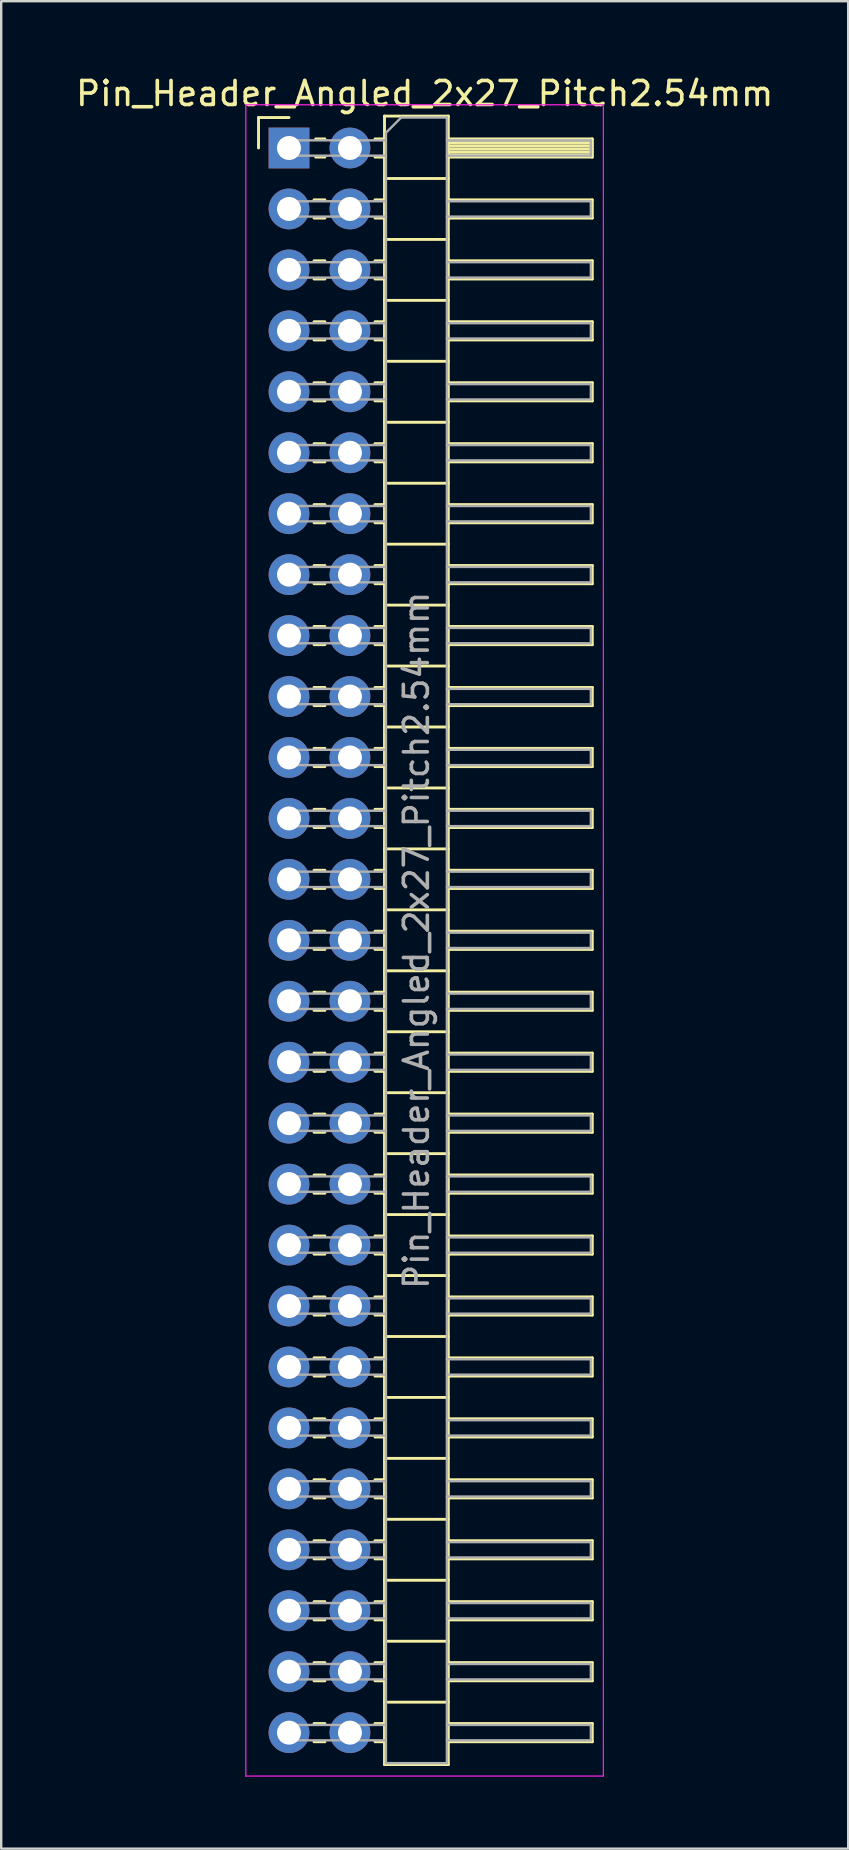
<source format=kicad_pcb>
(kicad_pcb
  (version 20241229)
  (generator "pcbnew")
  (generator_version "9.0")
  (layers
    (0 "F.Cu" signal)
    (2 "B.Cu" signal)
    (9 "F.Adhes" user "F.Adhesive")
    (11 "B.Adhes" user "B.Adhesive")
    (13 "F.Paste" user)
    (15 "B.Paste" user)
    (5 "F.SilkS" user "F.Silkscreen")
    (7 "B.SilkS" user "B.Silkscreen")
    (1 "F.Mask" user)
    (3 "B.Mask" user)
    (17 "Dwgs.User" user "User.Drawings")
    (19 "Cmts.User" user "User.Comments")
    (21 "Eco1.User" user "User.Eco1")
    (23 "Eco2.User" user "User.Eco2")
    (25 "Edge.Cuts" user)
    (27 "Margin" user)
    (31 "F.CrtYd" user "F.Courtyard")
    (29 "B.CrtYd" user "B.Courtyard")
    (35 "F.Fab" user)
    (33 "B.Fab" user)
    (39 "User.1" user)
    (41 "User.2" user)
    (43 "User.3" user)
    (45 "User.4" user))
  (footprint "Pin_Header_Angled_2x27_Pitch2.54mm"
    (layer "F.Cu")
    (at 8.994 3.118)
    (property "Reference" "Pin_Header_Angled_2x27_Pitch2.54mm" (at 5.655 -2.27 0) (layer "F.SilkS") (effects (font (size 1 1) (thickness 0.15))))
    (attr through_hole)
    (fp_line (start -1.27 -1.27) (end 0 -1.27) (stroke (width 0.12) (type solid)) (layer "F.SilkS"))
    (fp_line (start -1.27 0) (end -1.27 -1.27) (stroke (width 0.12) (type solid)) (layer "F.SilkS"))
    (fp_line (start 1.043 2.16) (end 1.497 2.16) (stroke (width 0.12) (type solid)) (layer "F.SilkS"))
    (fp_line (start 1.043 2.92) (end 1.497 2.92) (stroke (width 0.12) (type solid)) (layer "F.SilkS"))
    (fp_line (start 1.043 4.7) (end 1.497 4.7) (stroke (width 0.12) (type solid)) (layer "F.SilkS"))
    (fp_line (start 1.043 5.46) (end 1.497 5.46) (stroke (width 0.12) (type solid)) (layer "F.SilkS"))
    (fp_line (start 1.043 7.24) (end 1.497 7.24) (stroke (width 0.12) (type solid)) (layer "F.SilkS"))
    (fp_line (start 1.043 8) (end 1.497 8) (stroke (width 0.12) (type solid)) (layer "F.SilkS"))
    (fp_line (start 1.043 9.78) (end 1.497 9.78) (stroke (width 0.12) (type solid)) (layer "F.SilkS"))
    (fp_line (start 1.043 10.54) (end 1.497 10.54) (stroke (width 0.12) (type solid)) (layer "F.SilkS"))
    (fp_line (start 1.043 12.32) (end 1.497 12.32) (stroke (width 0.12) (type solid)) (layer "F.SilkS"))
    (fp_line (start 1.043 13.08) (end 1.497 13.08) (stroke (width 0.12) (type solid)) (layer "F.SilkS"))
    (fp_line (start 1.043 14.86) (end 1.497 14.86) (stroke (width 0.12) (type solid)) (layer "F.SilkS"))
    (fp_line (start 1.043 15.62) (end 1.497 15.62) (stroke (width 0.12) (type solid)) (layer "F.SilkS"))
    (fp_line (start 1.043 17.4) (end 1.497 17.4) (stroke (width 0.12) (type solid)) (layer "F.SilkS"))
    (fp_line (start 1.043 18.16) (end 1.497 18.16) (stroke (width 0.12) (type solid)) (layer "F.SilkS"))
    (fp_line (start 1.043 19.94) (end 1.497 19.94) (stroke (width 0.12) (type solid)) (layer "F.SilkS"))
    (fp_line (start 1.043 20.7) (end 1.497 20.7) (stroke (width 0.12) (type solid)) (layer "F.SilkS"))
    (fp_line (start 1.043 22.48) (end 1.497 22.48) (stroke (width 0.12) (type solid)) (layer "F.SilkS"))
    (fp_line (start 1.043 23.24) (end 1.497 23.24) (stroke (width 0.12) (type solid)) (layer "F.SilkS"))
    (fp_line (start 1.043 25.02) (end 1.497 25.02) (stroke (width 0.12) (type solid)) (layer "F.SilkS"))
    (fp_line (start 1.043 25.78) (end 1.497 25.78) (stroke (width 0.12) (type solid)) (layer "F.SilkS"))
    (fp_line (start 1.043 27.56) (end 1.497 27.56) (stroke (width 0.12) (type solid)) (layer "F.SilkS"))
    (fp_line (start 1.043 28.32) (end 1.497 28.32) (stroke (width 0.12) (type solid)) (layer "F.SilkS"))
    (fp_line (start 1.043 30.1) (end 1.497 30.1) (stroke (width 0.12) (type solid)) (layer "F.SilkS"))
    (fp_line (start 1.043 30.86) (end 1.497 30.86) (stroke (width 0.12) (type solid)) (layer "F.SilkS"))
    (fp_line (start 1.043 32.64) (end 1.497 32.64) (stroke (width 0.12) (type solid)) (layer "F.SilkS"))
    (fp_line (start 1.043 33.4) (end 1.497 33.4) (stroke (width 0.12) (type solid)) (layer "F.SilkS"))
    (fp_line (start 1.043 35.18) (end 1.497 35.18) (stroke (width 0.12) (type solid)) (layer "F.SilkS"))
    (fp_line (start 1.043 35.94) (end 1.497 35.94) (stroke (width 0.12) (type solid)) (layer "F.SilkS"))
    (fp_line (start 1.043 37.72) (end 1.497 37.72) (stroke (width 0.12) (type solid)) (layer "F.SilkS"))
    (fp_line (start 1.043 38.48) (end 1.497 38.48) (stroke (width 0.12) (type solid)) (layer "F.SilkS"))
    (fp_line (start 1.043 40.26) (end 1.497 40.26) (stroke (width 0.12) (type solid)) (layer "F.SilkS"))
    (fp_line (start 1.043 41.02) (end 1.497 41.02) (stroke (width 0.12) (type solid)) (layer "F.SilkS"))
    (fp_line (start 1.043 42.8) (end 1.497 42.8) (stroke (width 0.12) (type solid)) (layer "F.SilkS"))
    (fp_line (start 1.043 43.56) (end 1.497 43.56) (stroke (width 0.12) (type solid)) (layer "F.SilkS"))
    (fp_line (start 1.043 45.34) (end 1.497 45.34) (stroke (width 0.12) (type solid)) (layer "F.SilkS"))
    (fp_line (start 1.043 46.1) (end 1.497 46.1) (stroke (width 0.12) (type solid)) (layer "F.SilkS"))
    (fp_line (start 1.043 47.88) (end 1.497 47.88) (stroke (width 0.12) (type solid)) (layer "F.SilkS"))
    (fp_line (start 1.043 48.64) (end 1.497 48.64) (stroke (width 0.12) (type solid)) (layer "F.SilkS"))
    (fp_line (start 1.043 50.42) (end 1.497 50.42) (stroke (width 0.12) (type solid)) (layer "F.SilkS"))
    (fp_line (start 1.043 51.18) (end 1.497 51.18) (stroke (width 0.12) (type solid)) (layer "F.SilkS"))
    (fp_line (start 1.043 52.96) (end 1.497 52.96) (stroke (width 0.12) (type solid)) (layer "F.SilkS"))
    (fp_line (start 1.043 53.72) (end 1.497 53.72) (stroke (width 0.12) (type solid)) (layer "F.SilkS"))
    (fp_line (start 1.043 55.5) (end 1.497 55.5) (stroke (width 0.12) (type solid)) (layer "F.SilkS"))
    (fp_line (start 1.043 56.26) (end 1.497 56.26) (stroke (width 0.12) (type solid)) (layer "F.SilkS"))
    (fp_line (start 1.043 58.04) (end 1.497 58.04) (stroke (width 0.12) (type solid)) (layer "F.SilkS"))
    (fp_line (start 1.043 58.8) (end 1.497 58.8) (stroke (width 0.12) (type solid)) (layer "F.SilkS"))
    (fp_line (start 1.043 60.58) (end 1.497 60.58) (stroke (width 0.12) (type solid)) (layer "F.SilkS"))
    (fp_line (start 1.043 61.34) (end 1.497 61.34) (stroke (width 0.12) (type solid)) (layer "F.SilkS"))
    (fp_line (start 1.043 63.12) (end 1.497 63.12) (stroke (width 0.12) (type solid)) (layer "F.SilkS"))
    (fp_line (start 1.043 63.88) (end 1.497 63.88) (stroke (width 0.12) (type solid)) (layer "F.SilkS"))
    (fp_line (start 1.043 65.66) (end 1.497 65.66) (stroke (width 0.12) (type solid)) (layer "F.SilkS"))
    (fp_line (start 1.043 66.42) (end 1.497 66.42) (stroke (width 0.12) (type solid)) (layer "F.SilkS"))
    (fp_line (start 1.11 -0.38) (end 1.497 -0.38) (stroke (width 0.12) (type solid)) (layer "F.SilkS"))
    (fp_line (start 1.11 0.38) (end 1.497 0.38) (stroke (width 0.12) (type solid)) (layer "F.SilkS"))
    (fp_line (start 3.583 -0.38) (end 3.98 -0.38) (stroke (width 0.12) (type solid)) (layer "F.SilkS"))
    (fp_line (start 3.583 0.38) (end 3.98 0.38) (stroke (width 0.12) (type solid)) (layer "F.SilkS"))
    (fp_line (start 3.583 2.16) (end 3.98 2.16) (stroke (width 0.12) (type solid)) (layer "F.SilkS"))
    (fp_line (start 3.583 2.92) (end 3.98 2.92) (stroke (width 0.12) (type solid)) (layer "F.SilkS"))
    (fp_line (start 3.583 4.7) (end 3.98 4.7) (stroke (width 0.12) (type solid)) (layer "F.SilkS"))
    (fp_line (start 3.583 5.46) (end 3.98 5.46) (stroke (width 0.12) (type solid)) (layer "F.SilkS"))
    (fp_line (start 3.583 7.24) (end 3.98 7.24) (stroke (width 0.12) (type solid)) (layer "F.SilkS"))
    (fp_line (start 3.583 8) (end 3.98 8) (stroke (width 0.12) (type solid)) (layer "F.SilkS"))
    (fp_line (start 3.583 9.78) (end 3.98 9.78) (stroke (width 0.12) (type solid)) (layer "F.SilkS"))
    (fp_line (start 3.583 10.54) (end 3.98 10.54) (stroke (width 0.12) (type solid)) (layer "F.SilkS"))
    (fp_line (start 3.583 12.32) (end 3.98 12.32) (stroke (width 0.12) (type solid)) (layer "F.SilkS"))
    (fp_line (start 3.583 13.08) (end 3.98 13.08) (stroke (width 0.12) (type solid)) (layer "F.SilkS"))
    (fp_line (start 3.583 14.86) (end 3.98 14.86) (stroke (width 0.12) (type solid)) (layer "F.SilkS"))
    (fp_line (start 3.583 15.62) (end 3.98 15.62) (stroke (width 0.12) (type solid)) (layer "F.SilkS"))
    (fp_line (start 3.583 17.4) (end 3.98 17.4) (stroke (width 0.12) (type solid)) (layer "F.SilkS"))
    (fp_line (start 3.583 18.16) (end 3.98 18.16) (stroke (width 0.12) (type solid)) (layer "F.SilkS"))
    (fp_line (start 3.583 19.94) (end 3.98 19.94) (stroke (width 0.12) (type solid)) (layer "F.SilkS"))
    (fp_line (start 3.583 20.7) (end 3.98 20.7) (stroke (width 0.12) (type solid)) (layer "F.SilkS"))
    (fp_line (start 3.583 22.48) (end 3.98 22.48) (stroke (width 0.12) (type solid)) (layer "F.SilkS"))
    (fp_line (start 3.583 23.24) (end 3.98 23.24) (stroke (width 0.12) (type solid)) (layer "F.SilkS"))
    (fp_line (start 3.583 25.02) (end 3.98 25.02) (stroke (width 0.12) (type solid)) (layer "F.SilkS"))
    (fp_line (start 3.583 25.78) (end 3.98 25.78) (stroke (width 0.12) (type solid)) (layer "F.SilkS"))
    (fp_line (start 3.583 27.56) (end 3.98 27.56) (stroke (width 0.12) (type solid)) (layer "F.SilkS"))
    (fp_line (start 3.583 28.32) (end 3.98 28.32) (stroke (width 0.12) (type solid)) (layer "F.SilkS"))
    (fp_line (start 3.583 30.1) (end 3.98 30.1) (stroke (width 0.12) (type solid)) (layer "F.SilkS"))
    (fp_line (start 3.583 30.86) (end 3.98 30.86) (stroke (width 0.12) (type solid)) (layer "F.SilkS"))
    (fp_line (start 3.583 32.64) (end 3.98 32.64) (stroke (width 0.12) (type solid)) (layer "F.SilkS"))
    (fp_line (start 3.583 33.4) (end 3.98 33.4) (stroke (width 0.12) (type solid)) (layer "F.SilkS"))
    (fp_line (start 3.583 35.18) (end 3.98 35.18) (stroke (width 0.12) (type solid)) (layer "F.SilkS"))
    (fp_line (start 3.583 35.94) (end 3.98 35.94) (stroke (width 0.12) (type solid)) (layer "F.SilkS"))
    (fp_line (start 3.583 37.72) (end 3.98 37.72) (stroke (width 0.12) (type solid)) (layer "F.SilkS"))
    (fp_line (start 3.583 38.48) (end 3.98 38.48) (stroke (width 0.12) (type solid)) (layer "F.SilkS"))
    (fp_line (start 3.583 40.26) (end 3.98 40.26) (stroke (width 0.12) (type solid)) (layer "F.SilkS"))
    (fp_line (start 3.583 41.02) (end 3.98 41.02) (stroke (width 0.12) (type solid)) (layer "F.SilkS"))
    (fp_line (start 3.583 42.8) (end 3.98 42.8) (stroke (width 0.12) (type solid)) (layer "F.SilkS"))
    (fp_line (start 3.583 43.56) (end 3.98 43.56) (stroke (width 0.12) (type solid)) (layer "F.SilkS"))
    (fp_line (start 3.583 45.34) (end 3.98 45.34) (stroke (width 0.12) (type solid)) (layer "F.SilkS"))
    (fp_line (start 3.583 46.1) (end 3.98 46.1) (stroke (width 0.12) (type solid)) (layer "F.SilkS"))
    (fp_line (start 3.583 47.88) (end 3.98 47.88) (stroke (width 0.12) (type solid)) (layer "F.SilkS"))
    (fp_line (start 3.583 48.64) (end 3.98 48.64) (stroke (width 0.12) (type solid)) (layer "F.SilkS"))
    (fp_line (start 3.583 50.42) (end 3.98 50.42) (stroke (width 0.12) (type solid)) (layer "F.SilkS"))
    (fp_line (start 3.583 51.18) (end 3.98 51.18) (stroke (width 0.12) (type solid)) (layer "F.SilkS"))
    (fp_line (start 3.583 52.96) (end 3.98 52.96) (stroke (width 0.12) (type solid)) (layer "F.SilkS"))
    (fp_line (start 3.583 53.72) (end 3.98 53.72) (stroke (width 0.12) (type solid)) (layer "F.SilkS"))
    (fp_line (start 3.583 55.5) (end 3.98 55.5) (stroke (width 0.12) (type solid)) (layer "F.SilkS"))
    (fp_line (start 3.583 56.26) (end 3.98 56.26) (stroke (width 0.12) (type solid)) (layer "F.SilkS"))
    (fp_line (start 3.583 58.04) (end 3.98 58.04) (stroke (width 0.12) (type solid)) (layer "F.SilkS"))
    (fp_line (start 3.583 58.8) (end 3.98 58.8) (stroke (width 0.12) (type solid)) (layer "F.SilkS"))
    (fp_line (start 3.583 60.58) (end 3.98 60.58) (stroke (width 0.12) (type solid)) (layer "F.SilkS"))
    (fp_line (start 3.583 61.34) (end 3.98 61.34) (stroke (width 0.12) (type solid)) (layer "F.SilkS"))
    (fp_line (start 3.583 63.12) (end 3.98 63.12) (stroke (width 0.12) (type solid)) (layer "F.SilkS"))
    (fp_line (start 3.583 63.88) (end 3.98 63.88) (stroke (width 0.12) (type solid)) (layer "F.SilkS"))
    (fp_line (start 3.583 65.66) (end 3.98 65.66) (stroke (width 0.12) (type solid)) (layer "F.SilkS"))
    (fp_line (start 3.583 66.42) (end 3.98 66.42) (stroke (width 0.12) (type solid)) (layer "F.SilkS"))
    (fp_line (start 3.98 -1.33) (end 3.98 67.37) (stroke (width 0.12) (type solid)) (layer "F.SilkS"))
    (fp_line (start 3.98 1.27) (end 6.64 1.27) (stroke (width 0.12) (type solid)) (layer "F.SilkS"))
    (fp_line (start 3.98 3.81) (end 6.64 3.81) (stroke (width 0.12) (type solid)) (layer "F.SilkS"))
    (fp_line (start 3.98 6.35) (end 6.64 6.35) (stroke (width 0.12) (type solid)) (layer "F.SilkS"))
    (fp_line (start 3.98 8.89) (end 6.64 8.89) (stroke (width 0.12) (type solid)) (layer "F.SilkS"))
    (fp_line (start 3.98 11.43) (end 6.64 11.43) (stroke (width 0.12) (type solid)) (layer "F.SilkS"))
    (fp_line (start 3.98 13.97) (end 6.64 13.97) (stroke (width 0.12) (type solid)) (layer "F.SilkS"))
    (fp_line (start 3.98 16.51) (end 6.64 16.51) (stroke (width 0.12) (type solid)) (layer "F.SilkS"))
    (fp_line (start 3.98 19.05) (end 6.64 19.05) (stroke (width 0.12) (type solid)) (layer "F.SilkS"))
    (fp_line (start 3.98 21.59) (end 6.64 21.59) (stroke (width 0.12) (type solid)) (layer "F.SilkS"))
    (fp_line (start 3.98 24.13) (end 6.64 24.13) (stroke (width 0.12) (type solid)) (layer "F.SilkS"))
    (fp_line (start 3.98 26.67) (end 6.64 26.67) (stroke (width 0.12) (type solid)) (layer "F.SilkS"))
    (fp_line (start 3.98 29.21) (end 6.64 29.21) (stroke (width 0.12) (type solid)) (layer "F.SilkS"))
    (fp_line (start 3.98 31.75) (end 6.64 31.75) (stroke (width 0.12) (type solid)) (layer "F.SilkS"))
    (fp_line (start 3.98 34.29) (end 6.64 34.29) (stroke (width 0.12) (type solid)) (layer "F.SilkS"))
    (fp_line (start 3.98 36.83) (end 6.64 36.83) (stroke (width 0.12) (type solid)) (layer "F.SilkS"))
    (fp_line (start 3.98 39.37) (end 6.64 39.37) (stroke (width 0.12) (type solid)) (layer "F.SilkS"))
    (fp_line (start 3.98 41.91) (end 6.64 41.91) (stroke (width 0.12) (type solid)) (layer "F.SilkS"))
    (fp_line (start 3.98 44.45) (end 6.64 44.45) (stroke (width 0.12) (type solid)) (layer "F.SilkS"))
    (fp_line (start 3.98 46.99) (end 6.64 46.99) (stroke (width 0.12) (type solid)) (layer "F.SilkS"))
    (fp_line (start 3.98 49.53) (end 6.64 49.53) (stroke (width 0.12) (type solid)) (layer "F.SilkS"))
    (fp_line (start 3.98 52.07) (end 6.64 52.07) (stroke (width 0.12) (type solid)) (layer "F.SilkS"))
    (fp_line (start 3.98 54.61) (end 6.64 54.61) (stroke (width 0.12) (type solid)) (layer "F.SilkS"))
    (fp_line (start 3.98 57.15) (end 6.64 57.15) (stroke (width 0.12) (type solid)) (layer "F.SilkS"))
    (fp_line (start 3.98 59.69) (end 6.64 59.69) (stroke (width 0.12) (type solid)) (layer "F.SilkS"))
    (fp_line (start 3.98 62.23) (end 6.64 62.23) (stroke (width 0.12) (type solid)) (layer "F.SilkS"))
    (fp_line (start 3.98 64.77) (end 6.64 64.77) (stroke (width 0.12) (type solid)) (layer "F.SilkS"))
    (fp_line (start 3.98 67.37) (end 6.64 67.37) (stroke (width 0.12) (type solid)) (layer "F.SilkS"))
    (fp_line (start 6.64 -1.33) (end 3.98 -1.33) (stroke (width 0.12) (type solid)) (layer "F.SilkS"))
    (fp_line (start 6.64 -0.38) (end 12.64 -0.38) (stroke (width 0.12) (type solid)) (layer "F.SilkS"))
    (fp_line (start 6.64 -0.32) (end 12.64 -0.32) (stroke (width 0.12) (type solid)) (layer "F.SilkS"))
    (fp_line (start 6.64 -0.2) (end 12.64 -0.2) (stroke (width 0.12) (type solid)) (layer "F.SilkS"))
    (fp_line (start 6.64 -0.08) (end 12.64 -0.08) (stroke (width 0.12) (type solid)) (layer "F.SilkS"))
    (fp_line (start 6.64 0.04) (end 12.64 0.04) (stroke (width 0.12) (type solid)) (layer "F.SilkS"))
    (fp_line (start 6.64 0.16) (end 12.64 0.16) (stroke (width 0.12) (type solid)) (layer "F.SilkS"))
    (fp_line (start 6.64 0.28) (end 12.64 0.28) (stroke (width 0.12) (type solid)) (layer "F.SilkS"))
    (fp_line (start 6.64 2.16) (end 12.64 2.16) (stroke (width 0.12) (type solid)) (layer "F.SilkS"))
    (fp_line (start 6.64 4.7) (end 12.64 4.7) (stroke (width 0.12) (type solid)) (layer "F.SilkS"))
    (fp_line (start 6.64 7.24) (end 12.64 7.24) (stroke (width 0.12) (type solid)) (layer "F.SilkS"))
    (fp_line (start 6.64 9.78) (end 12.64 9.78) (stroke (width 0.12) (type solid)) (layer "F.SilkS"))
    (fp_line (start 6.64 12.32) (end 12.64 12.32) (stroke (width 0.12) (type solid)) (layer "F.SilkS"))
    (fp_line (start 6.64 14.86) (end 12.64 14.86) (stroke (width 0.12) (type solid)) (layer "F.SilkS"))
    (fp_line (start 6.64 17.4) (end 12.64 17.4) (stroke (width 0.12) (type solid)) (layer "F.SilkS"))
    (fp_line (start 6.64 19.94) (end 12.64 19.94) (stroke (width 0.12) (type solid)) (layer "F.SilkS"))
    (fp_line (start 6.64 22.48) (end 12.64 22.48) (stroke (width 0.12) (type solid)) (layer "F.SilkS"))
    (fp_line (start 6.64 25.02) (end 12.64 25.02) (stroke (width 0.12) (type solid)) (layer "F.SilkS"))
    (fp_line (start 6.64 27.56) (end 12.64 27.56) (stroke (width 0.12) (type solid)) (layer "F.SilkS"))
    (fp_line (start 6.64 30.1) (end 12.64 30.1) (stroke (width 0.12) (type solid)) (layer "F.SilkS"))
    (fp_line (start 6.64 32.64) (end 12.64 32.64) (stroke (width 0.12) (type solid)) (layer "F.SilkS"))
    (fp_line (start 6.64 35.18) (end 12.64 35.18) (stroke (width 0.12) (type solid)) (layer "F.SilkS"))
    (fp_line (start 6.64 37.72) (end 12.64 37.72) (stroke (width 0.12) (type solid)) (layer "F.SilkS"))
    (fp_line (start 6.64 40.26) (end 12.64 40.26) (stroke (width 0.12) (type solid)) (layer "F.SilkS"))
    (fp_line (start 6.64 42.8) (end 12.64 42.8) (stroke (width 0.12) (type solid)) (layer "F.SilkS"))
    (fp_line (start 6.64 45.34) (end 12.64 45.34) (stroke (width 0.12) (type solid)) (layer "F.SilkS"))
    (fp_line (start 6.64 47.88) (end 12.64 47.88) (stroke (width 0.12) (type solid)) (layer "F.SilkS"))
    (fp_line (start 6.64 50.42) (end 12.64 50.42) (stroke (width 0.12) (type solid)) (layer "F.SilkS"))
    (fp_line (start 6.64 52.96) (end 12.64 52.96) (stroke (width 0.12) (type solid)) (layer "F.SilkS"))
    (fp_line (start 6.64 55.5) (end 12.64 55.5) (stroke (width 0.12) (type solid)) (layer "F.SilkS"))
    (fp_line (start 6.64 58.04) (end 12.64 58.04) (stroke (width 0.12) (type solid)) (layer "F.SilkS"))
    (fp_line (start 6.64 60.58) (end 12.64 60.58) (stroke (width 0.12) (type solid)) (layer "F.SilkS"))
    (fp_line (start 6.64 63.12) (end 12.64 63.12) (stroke (width 0.12) (type solid)) (layer "F.SilkS"))
    (fp_line (start 6.64 65.66) (end 12.64 65.66) (stroke (width 0.12) (type solid)) (layer "F.SilkS"))
    (fp_line (start 6.64 67.37) (end 6.64 -1.33) (stroke (width 0.12) (type solid)) (layer "F.SilkS"))
    (fp_line (start 12.64 -0.38) (end 12.64 0.38) (stroke (width 0.12) (type solid)) (layer "F.SilkS"))
    (fp_line (start 12.64 0.38) (end 6.64 0.38) (stroke (width 0.12) (type solid)) (layer "F.SilkS"))
    (fp_line (start 12.64 2.16) (end 12.64 2.92) (stroke (width 0.12) (type solid)) (layer "F.SilkS"))
    (fp_line (start 12.64 2.92) (end 6.64 2.92) (stroke (width 0.12) (type solid)) (layer "F.SilkS"))
    (fp_line (start 12.64 4.7) (end 12.64 5.46) (stroke (width 0.12) (type solid)) (layer "F.SilkS"))
    (fp_line (start 12.64 5.46) (end 6.64 5.46) (stroke (width 0.12) (type solid)) (layer "F.SilkS"))
    (fp_line (start 12.64 7.24) (end 12.64 8) (stroke (width 0.12) (type solid)) (layer "F.SilkS"))
    (fp_line (start 12.64 8) (end 6.64 8) (stroke (width 0.12) (type solid)) (layer "F.SilkS"))
    (fp_line (start 12.64 9.78) (end 12.64 10.54) (stroke (width 0.12) (type solid)) (layer "F.SilkS"))
    (fp_line (start 12.64 10.54) (end 6.64 10.54) (stroke (width 0.12) (type solid)) (layer "F.SilkS"))
    (fp_line (start 12.64 12.32) (end 12.64 13.08) (stroke (width 0.12) (type solid)) (layer "F.SilkS"))
    (fp_line (start 12.64 13.08) (end 6.64 13.08) (stroke (width 0.12) (type solid)) (layer "F.SilkS"))
    (fp_line (start 12.64 14.86) (end 12.64 15.62) (stroke (width 0.12) (type solid)) (layer "F.SilkS"))
    (fp_line (start 12.64 15.62) (end 6.64 15.62) (stroke (width 0.12) (type solid)) (layer "F.SilkS"))
    (fp_line (start 12.64 17.4) (end 12.64 18.16) (stroke (width 0.12) (type solid)) (layer "F.SilkS"))
    (fp_line (start 12.64 18.16) (end 6.64 18.16) (stroke (width 0.12) (type solid)) (layer "F.SilkS"))
    (fp_line (start 12.64 19.94) (end 12.64 20.7) (stroke (width 0.12) (type solid)) (layer "F.SilkS"))
    (fp_line (start 12.64 20.7) (end 6.64 20.7) (stroke (width 0.12) (type solid)) (layer "F.SilkS"))
    (fp_line (start 12.64 22.48) (end 12.64 23.24) (stroke (width 0.12) (type solid)) (layer "F.SilkS"))
    (fp_line (start 12.64 23.24) (end 6.64 23.24) (stroke (width 0.12) (type solid)) (layer "F.SilkS"))
    (fp_line (start 12.64 25.02) (end 12.64 25.78) (stroke (width 0.12) (type solid)) (layer "F.SilkS"))
    (fp_line (start 12.64 25.78) (end 6.64 25.78) (stroke (width 0.12) (type solid)) (layer "F.SilkS"))
    (fp_line (start 12.64 27.56) (end 12.64 28.32) (stroke (width 0.12) (type solid)) (layer "F.SilkS"))
    (fp_line (start 12.64 28.32) (end 6.64 28.32) (stroke (width 0.12) (type solid)) (layer "F.SilkS"))
    (fp_line (start 12.64 30.1) (end 12.64 30.86) (stroke (width 0.12) (type solid)) (layer "F.SilkS"))
    (fp_line (start 12.64 30.86) (end 6.64 30.86) (stroke (width 0.12) (type solid)) (layer "F.SilkS"))
    (fp_line (start 12.64 32.64) (end 12.64 33.4) (stroke (width 0.12) (type solid)) (layer "F.SilkS"))
    (fp_line (start 12.64 33.4) (end 6.64 33.4) (stroke (width 0.12) (type solid)) (layer "F.SilkS"))
    (fp_line (start 12.64 35.18) (end 12.64 35.94) (stroke (width 0.12) (type solid)) (layer "F.SilkS"))
    (fp_line (start 12.64 35.94) (end 6.64 35.94) (stroke (width 0.12) (type solid)) (layer "F.SilkS"))
    (fp_line (start 12.64 37.72) (end 12.64 38.48) (stroke (width 0.12) (type solid)) (layer "F.SilkS"))
    (fp_line (start 12.64 38.48) (end 6.64 38.48) (stroke (width 0.12) (type solid)) (layer "F.SilkS"))
    (fp_line (start 12.64 40.26) (end 12.64 41.02) (stroke (width 0.12) (type solid)) (layer "F.SilkS"))
    (fp_line (start 12.64 41.02) (end 6.64 41.02) (stroke (width 0.12) (type solid)) (layer "F.SilkS"))
    (fp_line (start 12.64 42.8) (end 12.64 43.56) (stroke (width 0.12) (type solid)) (layer "F.SilkS"))
    (fp_line (start 12.64 43.56) (end 6.64 43.56) (stroke (width 0.12) (type solid)) (layer "F.SilkS"))
    (fp_line (start 12.64 45.34) (end 12.64 46.1) (stroke (width 0.12) (type solid)) (layer "F.SilkS"))
    (fp_line (start 12.64 46.1) (end 6.64 46.1) (stroke (width 0.12) (type solid)) (layer "F.SilkS"))
    (fp_line (start 12.64 47.88) (end 12.64 48.64) (stroke (width 0.12) (type solid)) (layer "F.SilkS"))
    (fp_line (start 12.64 48.64) (end 6.64 48.64) (stroke (width 0.12) (type solid)) (layer "F.SilkS"))
    (fp_line (start 12.64 50.42) (end 12.64 51.18) (stroke (width 0.12) (type solid)) (layer "F.SilkS"))
    (fp_line (start 12.64 51.18) (end 6.64 51.18) (stroke (width 0.12) (type solid)) (layer "F.SilkS"))
    (fp_line (start 12.64 52.96) (end 12.64 53.72) (stroke (width 0.12) (type solid)) (layer "F.SilkS"))
    (fp_line (start 12.64 53.72) (end 6.64 53.72) (stroke (width 0.12) (type solid)) (layer "F.SilkS"))
    (fp_line (start 12.64 55.5) (end 12.64 56.26) (stroke (width 0.12) (type solid)) (layer "F.SilkS"))
    (fp_line (start 12.64 56.26) (end 6.64 56.26) (stroke (width 0.12) (type solid)) (layer "F.SilkS"))
    (fp_line (start 12.64 58.04) (end 12.64 58.8) (stroke (width 0.12) (type solid)) (layer "F.SilkS"))
    (fp_line (start 12.64 58.8) (end 6.64 58.8) (stroke (width 0.12) (type solid)) (layer "F.SilkS"))
    (fp_line (start 12.64 60.58) (end 12.64 61.34) (stroke (width 0.12) (type solid)) (layer "F.SilkS"))
    (fp_line (start 12.64 61.34) (end 6.64 61.34) (stroke (width 0.12) (type solid)) (layer "F.SilkS"))
    (fp_line (start 12.64 63.12) (end 12.64 63.88) (stroke (width 0.12) (type solid)) (layer "F.SilkS"))
    (fp_line (start 12.64 63.88) (end 6.64 63.88) (stroke (width 0.12) (type solid)) (layer "F.SilkS"))
    (fp_line (start 12.64 65.66) (end 12.64 66.42) (stroke (width 0.12) (type solid)) (layer "F.SilkS"))
    (fp_line (start 12.64 66.42) (end 6.64 66.42) (stroke (width 0.12) (type solid)) (layer "F.SilkS"))
    (fp_line (start -1.8 -1.8) (end -1.8 67.85) (stroke (width 0.05) (type solid)) (layer "F.CrtYd"))
    (fp_line (start -1.8 67.85) (end 13.1 67.85) (stroke (width 0.05) (type solid)) (layer "F.CrtYd"))
    (fp_line (start 13.1 -1.8) (end -1.8 -1.8) (stroke (width 0.05) (type solid)) (layer "F.CrtYd"))
    (fp_line (start 13.1 67.85) (end 13.1 -1.8) (stroke (width 0.05) (type solid)) (layer "F.CrtYd"))
    (fp_line (start -0.32 -0.32) (end -0.32 0.32) (stroke (width 0.1) (type solid)) (layer "F.Fab"))
    (fp_line (start -0.32 -0.32) (end 4.04 -0.32) (stroke (width 0.1) (type solid)) (layer "F.Fab"))
    (fp_line (start -0.32 0.32) (end 4.04 0.32) (stroke (width 0.1) (type solid)) (layer "F.Fab"))
    (fp_line (start -0.32 2.22) (end -0.32 2.86) (stroke (width 0.1) (type solid)) (layer "F.Fab"))
    (fp_line (start -0.32 2.22) (end 4.04 2.22) (stroke (width 0.1) (type solid)) (layer "F.Fab"))
    (fp_line (start -0.32 2.86) (end 4.04 2.86) (stroke (width 0.1) (type solid)) (layer "F.Fab"))
    (fp_line (start -0.32 4.76) (end -0.32 5.4) (stroke (width 0.1) (type solid)) (layer "F.Fab"))
    (fp_line (start -0.32 4.76) (end 4.04 4.76) (stroke (width 0.1) (type solid)) (layer "F.Fab"))
    (fp_line (start -0.32 5.4) (end 4.04 5.4) (stroke (width 0.1) (type solid)) (layer "F.Fab"))
    (fp_line (start -0.32 7.3) (end -0.32 7.94) (stroke (width 0.1) (type solid)) (layer "F.Fab"))
    (fp_line (start -0.32 7.3) (end 4.04 7.3) (stroke (width 0.1) (type solid)) (layer "F.Fab"))
    (fp_line (start -0.32 7.94) (end 4.04 7.94) (stroke (width 0.1) (type solid)) (layer "F.Fab"))
    (fp_line (start -0.32 9.84) (end -0.32 10.48) (stroke (width 0.1) (type solid)) (layer "F.Fab"))
    (fp_line (start -0.32 9.84) (end 4.04 9.84) (stroke (width 0.1) (type solid)) (layer "F.Fab"))
    (fp_line (start -0.32 10.48) (end 4.04 10.48) (stroke (width 0.1) (type solid)) (layer "F.Fab"))
    (fp_line (start -0.32 12.38) (end -0.32 13.02) (stroke (width 0.1) (type solid)) (layer "F.Fab"))
    (fp_line (start -0.32 12.38) (end 4.04 12.38) (stroke (width 0.1) (type solid)) (layer "F.Fab"))
    (fp_line (start -0.32 13.02) (end 4.04 13.02) (stroke (width 0.1) (type solid)) (layer "F.Fab"))
    (fp_line (start -0.32 14.92) (end -0.32 15.56) (stroke (width 0.1) (type solid)) (layer "F.Fab"))
    (fp_line (start -0.32 14.92) (end 4.04 14.92) (stroke (width 0.1) (type solid)) (layer "F.Fab"))
    (fp_line (start -0.32 15.56) (end 4.04 15.56) (stroke (width 0.1) (type solid)) (layer "F.Fab"))
    (fp_line (start -0.32 17.46) (end -0.32 18.1) (stroke (width 0.1) (type solid)) (layer "F.Fab"))
    (fp_line (start -0.32 17.46) (end 4.04 17.46) (stroke (width 0.1) (type solid)) (layer "F.Fab"))
    (fp_line (start -0.32 18.1) (end 4.04 18.1) (stroke (width 0.1) (type solid)) (layer "F.Fab"))
    (fp_line (start -0.32 20) (end -0.32 20.64) (stroke (width 0.1) (type solid)) (layer "F.Fab"))
    (fp_line (start -0.32 20) (end 4.04 20) (stroke (width 0.1) (type solid)) (layer "F.Fab"))
    (fp_line (start -0.32 20.64) (end 4.04 20.64) (stroke (width 0.1) (type solid)) (layer "F.Fab"))
    (fp_line (start -0.32 22.54) (end -0.32 23.18) (stroke (width 0.1) (type solid)) (layer "F.Fab"))
    (fp_line (start -0.32 22.54) (end 4.04 22.54) (stroke (width 0.1) (type solid)) (layer "F.Fab"))
    (fp_line (start -0.32 23.18) (end 4.04 23.18) (stroke (width 0.1) (type solid)) (layer "F.Fab"))
    (fp_line (start -0.32 25.08) (end -0.32 25.72) (stroke (width 0.1) (type solid)) (layer "F.Fab"))
    (fp_line (start -0.32 25.08) (end 4.04 25.08) (stroke (width 0.1) (type solid)) (layer "F.Fab"))
    (fp_line (start -0.32 25.72) (end 4.04 25.72) (stroke (width 0.1) (type solid)) (layer "F.Fab"))
    (fp_line (start -0.32 27.62) (end -0.32 28.26) (stroke (width 0.1) (type solid)) (layer "F.Fab"))
    (fp_line (start -0.32 27.62) (end 4.04 27.62) (stroke (width 0.1) (type solid)) (layer "F.Fab"))
    (fp_line (start -0.32 28.26) (end 4.04 28.26) (stroke (width 0.1) (type solid)) (layer "F.Fab"))
    (fp_line (start -0.32 30.16) (end -0.32 30.8) (stroke (width 0.1) (type solid)) (layer "F.Fab"))
    (fp_line (start -0.32 30.16) (end 4.04 30.16) (stroke (width 0.1) (type solid)) (layer "F.Fab"))
    (fp_line (start -0.32 30.8) (end 4.04 30.8) (stroke (width 0.1) (type solid)) (layer "F.Fab"))
    (fp_line (start -0.32 32.7) (end -0.32 33.34) (stroke (width 0.1) (type solid)) (layer "F.Fab"))
    (fp_line (start -0.32 32.7) (end 4.04 32.7) (stroke (width 0.1) (type solid)) (layer "F.Fab"))
    (fp_line (start -0.32 33.34) (end 4.04 33.34) (stroke (width 0.1) (type solid)) (layer "F.Fab"))
    (fp_line (start -0.32 35.24) (end -0.32 35.88) (stroke (width 0.1) (type solid)) (layer "F.Fab"))
    (fp_line (start -0.32 35.24) (end 4.04 35.24) (stroke (width 0.1) (type solid)) (layer "F.Fab"))
    (fp_line (start -0.32 35.88) (end 4.04 35.88) (stroke (width 0.1) (type solid)) (layer "F.Fab"))
    (fp_line (start -0.32 37.78) (end -0.32 38.42) (stroke (width 0.1) (type solid)) (layer "F.Fab"))
    (fp_line (start -0.32 37.78) (end 4.04 37.78) (stroke (width 0.1) (type solid)) (layer "F.Fab"))
    (fp_line (start -0.32 38.42) (end 4.04 38.42) (stroke (width 0.1) (type solid)) (layer "F.Fab"))
    (fp_line (start -0.32 40.32) (end -0.32 40.96) (stroke (width 0.1) (type solid)) (layer "F.Fab"))
    (fp_line (start -0.32 40.32) (end 4.04 40.32) (stroke (width 0.1) (type solid)) (layer "F.Fab"))
    (fp_line (start -0.32 40.96) (end 4.04 40.96) (stroke (width 0.1) (type solid)) (layer "F.Fab"))
    (fp_line (start -0.32 42.86) (end -0.32 43.5) (stroke (width 0.1) (type solid)) (layer "F.Fab"))
    (fp_line (start -0.32 42.86) (end 4.04 42.86) (stroke (width 0.1) (type solid)) (layer "F.Fab"))
    (fp_line (start -0.32 43.5) (end 4.04 43.5) (stroke (width 0.1) (type solid)) (layer "F.Fab"))
    (fp_line (start -0.32 45.4) (end -0.32 46.04) (stroke (width 0.1) (type solid)) (layer "F.Fab"))
    (fp_line (start -0.32 45.4) (end 4.04 45.4) (stroke (width 0.1) (type solid)) (layer "F.Fab"))
    (fp_line (start -0.32 46.04) (end 4.04 46.04) (stroke (width 0.1) (type solid)) (layer "F.Fab"))
    (fp_line (start -0.32 47.94) (end -0.32 48.58) (stroke (width 0.1) (type solid)) (layer "F.Fab"))
    (fp_line (start -0.32 47.94) (end 4.04 47.94) (stroke (width 0.1) (type solid)) (layer "F.Fab"))
    (fp_line (start -0.32 48.58) (end 4.04 48.58) (stroke (width 0.1) (type solid)) (layer "F.Fab"))
    (fp_line (start -0.32 50.48) (end -0.32 51.12) (stroke (width 0.1) (type solid)) (layer "F.Fab"))
    (fp_line (start -0.32 50.48) (end 4.04 50.48) (stroke (width 0.1) (type solid)) (layer "F.Fab"))
    (fp_line (start -0.32 51.12) (end 4.04 51.12) (stroke (width 0.1) (type solid)) (layer "F.Fab"))
    (fp_line (start -0.32 53.02) (end -0.32 53.66) (stroke (width 0.1) (type solid)) (layer "F.Fab"))
    (fp_line (start -0.32 53.02) (end 4.04 53.02) (stroke (width 0.1) (type solid)) (layer "F.Fab"))
    (fp_line (start -0.32 53.66) (end 4.04 53.66) (stroke (width 0.1) (type solid)) (layer "F.Fab"))
    (fp_line (start -0.32 55.56) (end -0.32 56.2) (stroke (width 0.1) (type solid)) (layer "F.Fab"))
    (fp_line (start -0.32 55.56) (end 4.04 55.56) (stroke (width 0.1) (type solid)) (layer "F.Fab"))
    (fp_line (start -0.32 56.2) (end 4.04 56.2) (stroke (width 0.1) (type solid)) (layer "F.Fab"))
    (fp_line (start -0.32 58.1) (end -0.32 58.74) (stroke (width 0.1) (type solid)) (layer "F.Fab"))
    (fp_line (start -0.32 58.1) (end 4.04 58.1) (stroke (width 0.1) (type solid)) (layer "F.Fab"))
    (fp_line (start -0.32 58.74) (end 4.04 58.74) (stroke (width 0.1) (type solid)) (layer "F.Fab"))
    (fp_line (start -0.32 60.64) (end -0.32 61.28) (stroke (width 0.1) (type solid)) (layer "F.Fab"))
    (fp_line (start -0.32 60.64) (end 4.04 60.64) (stroke (width 0.1) (type solid)) (layer "F.Fab"))
    (fp_line (start -0.32 61.28) (end 4.04 61.28) (stroke (width 0.1) (type solid)) (layer "F.Fab"))
    (fp_line (start -0.32 63.18) (end -0.32 63.82) (stroke (width 0.1) (type solid)) (layer "F.Fab"))
    (fp_line (start -0.32 63.18) (end 4.04 63.18) (stroke (width 0.1) (type solid)) (layer "F.Fab"))
    (fp_line (start -0.32 63.82) (end 4.04 63.82) (stroke (width 0.1) (type solid)) (layer "F.Fab"))
    (fp_line (start -0.32 65.72) (end -0.32 66.36) (stroke (width 0.1) (type solid)) (layer "F.Fab"))
    (fp_line (start -0.32 65.72) (end 4.04 65.72) (stroke (width 0.1) (type solid)) (layer "F.Fab"))
    (fp_line (start -0.32 66.36) (end 4.04 66.36) (stroke (width 0.1) (type solid)) (layer "F.Fab"))
    (fp_line (start 4.04 -0.635) (end 4.675 -1.27) (stroke (width 0.1) (type solid)) (layer "F.Fab"))
    (fp_line (start 4.04 67.31) (end 4.04 -0.635) (stroke (width 0.1) (type solid)) (layer "F.Fab"))
    (fp_line (start 4.675 -1.27) (end 6.58 -1.27) (stroke (width 0.1) (type solid)) (layer "F.Fab"))
    (fp_line (start 6.58 -1.27) (end 6.58 67.31) (stroke (width 0.1) (type solid)) (layer "F.Fab"))
    (fp_line (start 6.58 -0.32) (end 12.58 -0.32) (stroke (width 0.1) (type solid)) (layer "F.Fab"))
    (fp_line (start 6.58 0.32) (end 12.58 0.32) (stroke (width 0.1) (type solid)) (layer "F.Fab"))
    (fp_line (start 6.58 2.22) (end 12.58 2.22) (stroke (width 0.1) (type solid)) (layer "F.Fab"))
    (fp_line (start 6.58 2.86) (end 12.58 2.86) (stroke (width 0.1) (type solid)) (layer "F.Fab"))
    (fp_line (start 6.58 4.76) (end 12.58 4.76) (stroke (width 0.1) (type solid)) (layer "F.Fab"))
    (fp_line (start 6.58 5.4) (end 12.58 5.4) (stroke (width 0.1) (type solid)) (layer "F.Fab"))
    (fp_line (start 6.58 7.3) (end 12.58 7.3) (stroke (width 0.1) (type solid)) (layer "F.Fab"))
    (fp_line (start 6.58 7.94) (end 12.58 7.94) (stroke (width 0.1) (type solid)) (layer "F.Fab"))
    (fp_line (start 6.58 9.84) (end 12.58 9.84) (stroke (width 0.1) (type solid)) (layer "F.Fab"))
    (fp_line (start 6.58 10.48) (end 12.58 10.48) (stroke (width 0.1) (type solid)) (layer "F.Fab"))
    (fp_line (start 6.58 12.38) (end 12.58 12.38) (stroke (width 0.1) (type solid)) (layer "F.Fab"))
    (fp_line (start 6.58 13.02) (end 12.58 13.02) (stroke (width 0.1) (type solid)) (layer "F.Fab"))
    (fp_line (start 6.58 14.92) (end 12.58 14.92) (stroke (width 0.1) (type solid)) (layer "F.Fab"))
    (fp_line (start 6.58 15.56) (end 12.58 15.56) (stroke (width 0.1) (type solid)) (layer "F.Fab"))
    (fp_line (start 6.58 17.46) (end 12.58 17.46) (stroke (width 0.1) (type solid)) (layer "F.Fab"))
    (fp_line (start 6.58 18.1) (end 12.58 18.1) (stroke (width 0.1) (type solid)) (layer "F.Fab"))
    (fp_line (start 6.58 20) (end 12.58 20) (stroke (width 0.1) (type solid)) (layer "F.Fab"))
    (fp_line (start 6.58 20.64) (end 12.58 20.64) (stroke (width 0.1) (type solid)) (layer "F.Fab"))
    (fp_line (start 6.58 22.54) (end 12.58 22.54) (stroke (width 0.1) (type solid)) (layer "F.Fab"))
    (fp_line (start 6.58 23.18) (end 12.58 23.18) (stroke (width 0.1) (type solid)) (layer "F.Fab"))
    (fp_line (start 6.58 25.08) (end 12.58 25.08) (stroke (width 0.1) (type solid)) (layer "F.Fab"))
    (fp_line (start 6.58 25.72) (end 12.58 25.72) (stroke (width 0.1) (type solid)) (layer "F.Fab"))
    (fp_line (start 6.58 27.62) (end 12.58 27.62) (stroke (width 0.1) (type solid)) (layer "F.Fab"))
    (fp_line (start 6.58 28.26) (end 12.58 28.26) (stroke (width 0.1) (type solid)) (layer "F.Fab"))
    (fp_line (start 6.58 30.16) (end 12.58 30.16) (stroke (width 0.1) (type solid)) (layer "F.Fab"))
    (fp_line (start 6.58 30.8) (end 12.58 30.8) (stroke (width 0.1) (type solid)) (layer "F.Fab"))
    (fp_line (start 6.58 32.7) (end 12.58 32.7) (stroke (width 0.1) (type solid)) (layer "F.Fab"))
    (fp_line (start 6.58 33.34) (end 12.58 33.34) (stroke (width 0.1) (type solid)) (layer "F.Fab"))
    (fp_line (start 6.58 35.24) (end 12.58 35.24) (stroke (width 0.1) (type solid)) (layer "F.Fab"))
    (fp_line (start 6.58 35.88) (end 12.58 35.88) (stroke (width 0.1) (type solid)) (layer "F.Fab"))
    (fp_line (start 6.58 37.78) (end 12.58 37.78) (stroke (width 0.1) (type solid)) (layer "F.Fab"))
    (fp_line (start 6.58 38.42) (end 12.58 38.42) (stroke (width 0.1) (type solid)) (layer "F.Fab"))
    (fp_line (start 6.58 40.32) (end 12.58 40.32) (stroke (width 0.1) (type solid)) (layer "F.Fab"))
    (fp_line (start 6.58 40.96) (end 12.58 40.96) (stroke (width 0.1) (type solid)) (layer "F.Fab"))
    (fp_line (start 6.58 42.86) (end 12.58 42.86) (stroke (width 0.1) (type solid)) (layer "F.Fab"))
    (fp_line (start 6.58 43.5) (end 12.58 43.5) (stroke (width 0.1) (type solid)) (layer "F.Fab"))
    (fp_line (start 6.58 45.4) (end 12.58 45.4) (stroke (width 0.1) (type solid)) (layer "F.Fab"))
    (fp_line (start 6.58 46.04) (end 12.58 46.04) (stroke (width 0.1) (type solid)) (layer "F.Fab"))
    (fp_line (start 6.58 47.94) (end 12.58 47.94) (stroke (width 0.1) (type solid)) (layer "F.Fab"))
    (fp_line (start 6.58 48.58) (end 12.58 48.58) (stroke (width 0.1) (type solid)) (layer "F.Fab"))
    (fp_line (start 6.58 50.48) (end 12.58 50.48) (stroke (width 0.1) (type solid)) (layer "F.Fab"))
    (fp_line (start 6.58 51.12) (end 12.58 51.12) (stroke (width 0.1) (type solid)) (layer "F.Fab"))
    (fp_line (start 6.58 53.02) (end 12.58 53.02) (stroke (width 0.1) (type solid)) (layer "F.Fab"))
    (fp_line (start 6.58 53.66) (end 12.58 53.66) (stroke (width 0.1) (type solid)) (layer "F.Fab"))
    (fp_line (start 6.58 55.56) (end 12.58 55.56) (stroke (width 0.1) (type solid)) (layer "F.Fab"))
    (fp_line (start 6.58 56.2) (end 12.58 56.2) (stroke (width 0.1) (type solid)) (layer "F.Fab"))
    (fp_line (start 6.58 58.1) (end 12.58 58.1) (stroke (width 0.1) (type solid)) (layer "F.Fab"))
    (fp_line (start 6.58 58.74) (end 12.58 58.74) (stroke (width 0.1) (type solid)) (layer "F.Fab"))
    (fp_line (start 6.58 60.64) (end 12.58 60.64) (stroke (width 0.1) (type solid)) (layer "F.Fab"))
    (fp_line (start 6.58 61.28) (end 12.58 61.28) (stroke (width 0.1) (type solid)) (layer "F.Fab"))
    (fp_line (start 6.58 63.18) (end 12.58 63.18) (stroke (width 0.1) (type solid)) (layer "F.Fab"))
    (fp_line (start 6.58 63.82) (end 12.58 63.82) (stroke (width 0.1) (type solid)) (layer "F.Fab"))
    (fp_line (start 6.58 65.72) (end 12.58 65.72) (stroke (width 0.1) (type solid)) (layer "F.Fab"))
    (fp_line (start 6.58 66.36) (end 12.58 66.36) (stroke (width 0.1) (type solid)) (layer "F.Fab"))
    (fp_line (start 6.58 67.31) (end 4.04 67.31) (stroke (width 0.1) (type solid)) (layer "F.Fab"))
    (fp_line (start 12.58 -0.32) (end 12.58 0.32) (stroke (width 0.1) (type solid)) (layer "F.Fab"))
    (fp_line (start 12.58 2.22) (end 12.58 2.86) (stroke (width 0.1) (type solid)) (layer "F.Fab"))
    (fp_line (start 12.58 4.76) (end 12.58 5.4) (stroke (width 0.1) (type solid)) (layer "F.Fab"))
    (fp_line (start 12.58 7.3) (end 12.58 7.94) (stroke (width 0.1) (type solid)) (layer "F.Fab"))
    (fp_line (start 12.58 9.84) (end 12.58 10.48) (stroke (width 0.1) (type solid)) (layer "F.Fab"))
    (fp_line (start 12.58 12.38) (end 12.58 13.02) (stroke (width 0.1) (type solid)) (layer "F.Fab"))
    (fp_line (start 12.58 14.92) (end 12.58 15.56) (stroke (width 0.1) (type solid)) (layer "F.Fab"))
    (fp_line (start 12.58 17.46) (end 12.58 18.1) (stroke (width 0.1) (type solid)) (layer "F.Fab"))
    (fp_line (start 12.58 20) (end 12.58 20.64) (stroke (width 0.1) (type solid)) (layer "F.Fab"))
    (fp_line (start 12.58 22.54) (end 12.58 23.18) (stroke (width 0.1) (type solid)) (layer "F.Fab"))
    (fp_line (start 12.58 25.08) (end 12.58 25.72) (stroke (width 0.1) (type solid)) (layer "F.Fab"))
    (fp_line (start 12.58 27.62) (end 12.58 28.26) (stroke (width 0.1) (type solid)) (layer "F.Fab"))
    (fp_line (start 12.58 30.16) (end 12.58 30.8) (stroke (width 0.1) (type solid)) (layer "F.Fab"))
    (fp_line (start 12.58 32.7) (end 12.58 33.34) (stroke (width 0.1) (type solid)) (layer "F.Fab"))
    (fp_line (start 12.58 35.24) (end 12.58 35.88) (stroke (width 0.1) (type solid)) (layer "F.Fab"))
    (fp_line (start 12.58 37.78) (end 12.58 38.42) (stroke (width 0.1) (type solid)) (layer "F.Fab"))
    (fp_line (start 12.58 40.32) (end 12.58 40.96) (stroke (width 0.1) (type solid)) (layer "F.Fab"))
    (fp_line (start 12.58 42.86) (end 12.58 43.5) (stroke (width 0.1) (type solid)) (layer "F.Fab"))
    (fp_line (start 12.58 45.4) (end 12.58 46.04) (stroke (width 0.1) (type solid)) (layer "F.Fab"))
    (fp_line (start 12.58 47.94) (end 12.58 48.58) (stroke (width 0.1) (type solid)) (layer "F.Fab"))
    (fp_line (start 12.58 50.48) (end 12.58 51.12) (stroke (width 0.1) (type solid)) (layer "F.Fab"))
    (fp_line (start 12.58 53.02) (end 12.58 53.66) (stroke (width 0.1) (type solid)) (layer "F.Fab"))
    (fp_line (start 12.58 55.56) (end 12.58 56.2) (stroke (width 0.1) (type solid)) (layer "F.Fab"))
    (fp_line (start 12.58 58.1) (end 12.58 58.74) (stroke (width 0.1) (type solid)) (layer "F.Fab"))
    (fp_line (start 12.58 60.64) (end 12.58 61.28) (stroke (width 0.1) (type solid)) (layer "F.Fab"))
    (fp_line (start 12.58 63.18) (end 12.58 63.82) (stroke (width 0.1) (type solid)) (layer "F.Fab"))
    (fp_line (start 12.58 65.72) (end 12.58 66.36) (stroke (width 0.1) (type solid)) (layer "F.Fab"))
    (fp_text user "${REFERENCE}" (at 5.31 33.02 90) (layer "F.Fab") (effects (font (size 1 1) (thickness 0.15))))
    (pad "1" thru_hole rect (at 0 0) (size 1.7 1.7) (drill 1) (layers "*.Cu" "*.Mask"))
    (pad "2" thru_hole oval (at 2.54 0) (size 1.7 1.7) (drill 1) (layers "*.Cu" "*.Mask"))
    (pad "3" thru_hole oval (at 0 2.54) (size 1.7 1.7) (drill 1) (layers "*.Cu" "*.Mask"))
    (pad "4" thru_hole oval (at 2.54 2.54) (size 1.7 1.7) (drill 1) (layers "*.Cu" "*.Mask"))
    (pad "5" thru_hole oval (at 0 5.08) (size 1.7 1.7) (drill 1) (layers "*.Cu" "*.Mask"))
    (pad "6" thru_hole oval (at 2.54 5.08) (size 1.7 1.7) (drill 1) (layers "*.Cu" "*.Mask"))
    (pad "7" thru_hole oval (at 0 7.62) (size 1.7 1.7) (drill 1) (layers "*.Cu" "*.Mask"))
    (pad "8" thru_hole oval (at 2.54 7.62) (size 1.7 1.7) (drill 1) (layers "*.Cu" "*.Mask"))
    (pad "9" thru_hole oval (at 0 10.16) (size 1.7 1.7) (drill 1) (layers "*.Cu" "*.Mask"))
    (pad "10" thru_hole oval (at 2.54 10.16) (size 1.7 1.7) (drill 1) (layers "*.Cu" "*.Mask"))
    (pad "11" thru_hole oval (at 0 12.7) (size 1.7 1.7) (drill 1) (layers "*.Cu" "*.Mask"))
    (pad "12" thru_hole oval (at 2.54 12.7) (size 1.7 1.7) (drill 1) (layers "*.Cu" "*.Mask"))
    (pad "13" thru_hole oval (at 0 15.24) (size 1.7 1.7) (drill 1) (layers "*.Cu" "*.Mask"))
    (pad "14" thru_hole oval (at 2.54 15.24) (size 1.7 1.7) (drill 1) (layers "*.Cu" "*.Mask"))
    (pad "15" thru_hole oval (at 0 17.78) (size 1.7 1.7) (drill 1) (layers "*.Cu" "*.Mask"))
    (pad "16" thru_hole oval (at 2.54 17.78) (size 1.7 1.7) (drill 1) (layers "*.Cu" "*.Mask"))
    (pad "17" thru_hole oval (at 0 20.32) (size 1.7 1.7) (drill 1) (layers "*.Cu" "*.Mask"))
    (pad "18" thru_hole oval (at 2.54 20.32) (size 1.7 1.7) (drill 1) (layers "*.Cu" "*.Mask"))
    (pad "19" thru_hole oval (at 0 22.86) (size 1.7 1.7) (drill 1) (layers "*.Cu" "*.Mask"))
    (pad "20" thru_hole oval (at 2.54 22.86) (size 1.7 1.7) (drill 1) (layers "*.Cu" "*.Mask"))
    (pad "21" thru_hole oval (at 0 25.4) (size 1.7 1.7) (drill 1) (layers "*.Cu" "*.Mask"))
    (pad "22" thru_hole oval (at 2.54 25.4) (size 1.7 1.7) (drill 1) (layers "*.Cu" "*.Mask"))
    (pad "23" thru_hole oval (at 0 27.94) (size 1.7 1.7) (drill 1) (layers "*.Cu" "*.Mask"))
    (pad "24" thru_hole oval (at 2.54 27.94) (size 1.7 1.7) (drill 1) (layers "*.Cu" "*.Mask"))
    (pad "25" thru_hole oval (at 0 30.48) (size 1.7 1.7) (drill 1) (layers "*.Cu" "*.Mask"))
    (pad "26" thru_hole oval (at 2.54 30.48) (size 1.7 1.7) (drill 1) (layers "*.Cu" "*.Mask"))
    (pad "27" thru_hole oval (at 0 33.02) (size 1.7 1.7) (drill 1) (layers "*.Cu" "*.Mask"))
    (pad "28" thru_hole oval (at 2.54 33.02) (size 1.7 1.7) (drill 1) (layers "*.Cu" "*.Mask"))
    (pad "29" thru_hole oval (at 0 35.56) (size 1.7 1.7) (drill 1) (layers "*.Cu" "*.Mask"))
    (pad "30" thru_hole oval (at 2.54 35.56) (size 1.7 1.7) (drill 1) (layers "*.Cu" "*.Mask"))
    (pad "31" thru_hole oval (at 0 38.1) (size 1.7 1.7) (drill 1) (layers "*.Cu" "*.Mask"))
    (pad "32" thru_hole oval (at 2.54 38.1) (size 1.7 1.7) (drill 1) (layers "*.Cu" "*.Mask"))
    (pad "33" thru_hole oval (at 0 40.64) (size 1.7 1.7) (drill 1) (layers "*.Cu" "*.Mask"))
    (pad "34" thru_hole oval (at 2.54 40.64) (size 1.7 1.7) (drill 1) (layers "*.Cu" "*.Mask"))
    (pad "35" thru_hole oval (at 0 43.18) (size 1.7 1.7) (drill 1) (layers "*.Cu" "*.Mask"))
    (pad "36" thru_hole oval (at 2.54 43.18) (size 1.7 1.7) (drill 1) (layers "*.Cu" "*.Mask"))
    (pad "37" thru_hole oval (at 0 45.72) (size 1.7 1.7) (drill 1) (layers "*.Cu" "*.Mask"))
    (pad "38" thru_hole oval (at 2.54 45.72) (size 1.7 1.7) (drill 1) (layers "*.Cu" "*.Mask"))
    (pad "39" thru_hole oval (at 0 48.26) (size 1.7 1.7) (drill 1) (layers "*.Cu" "*.Mask"))
    (pad "40" thru_hole oval (at 2.54 48.26) (size 1.7 1.7) (drill 1) (layers "*.Cu" "*.Mask"))
    (pad "41" thru_hole oval (at 0 50.8) (size 1.7 1.7) (drill 1) (layers "*.Cu" "*.Mask"))
    (pad "42" thru_hole oval (at 2.54 50.8) (size 1.7 1.7) (drill 1) (layers "*.Cu" "*.Mask"))
    (pad "43" thru_hole oval (at 0 53.34) (size 1.7 1.7) (drill 1) (layers "*.Cu" "*.Mask"))
    (pad "44" thru_hole oval (at 2.54 53.34) (size 1.7 1.7) (drill 1) (layers "*.Cu" "*.Mask"))
    (pad "45" thru_hole oval (at 0 55.88) (size 1.7 1.7) (drill 1) (layers "*.Cu" "*.Mask"))
    (pad "46" thru_hole oval (at 2.54 55.88) (size 1.7 1.7) (drill 1) (layers "*.Cu" "*.Mask"))
    (pad "47" thru_hole oval (at 0 58.42) (size 1.7 1.7) (drill 1) (layers "*.Cu" "*.Mask"))
    (pad "48" thru_hole oval (at 2.54 58.42) (size 1.7 1.7) (drill 1) (layers "*.Cu" "*.Mask"))
    (pad "49" thru_hole oval (at 0 60.96) (size 1.7 1.7) (drill 1) (layers "*.Cu" "*.Mask"))
    (pad "50" thru_hole oval (at 2.54 60.96) (size 1.7 1.7) (drill 1) (layers "*.Cu" "*.Mask"))
    (pad "51" thru_hole oval (at 0 63.5) (size 1.7 1.7) (drill 1) (layers "*.Cu" "*.Mask"))
    (pad "52" thru_hole oval (at 2.54 63.5) (size 1.7 1.7) (drill 1) (layers "*.Cu" "*.Mask"))
    (pad "53" thru_hole oval (at 0 66.04) (size 1.7 1.7) (drill 1) (layers "*.Cu" "*.Mask"))
    (pad "54" thru_hole oval (at 2.54 66.04) (size 1.7 1.7) (drill 1) (layers "*.Cu" "*.Mask")))
  (gr_rect
    (start -3 -3)
    (end 32.298 73.993)
    (stroke (width 0.1) (type default))
    (fill no)
    (layer "Edge.Cuts")))
</source>
